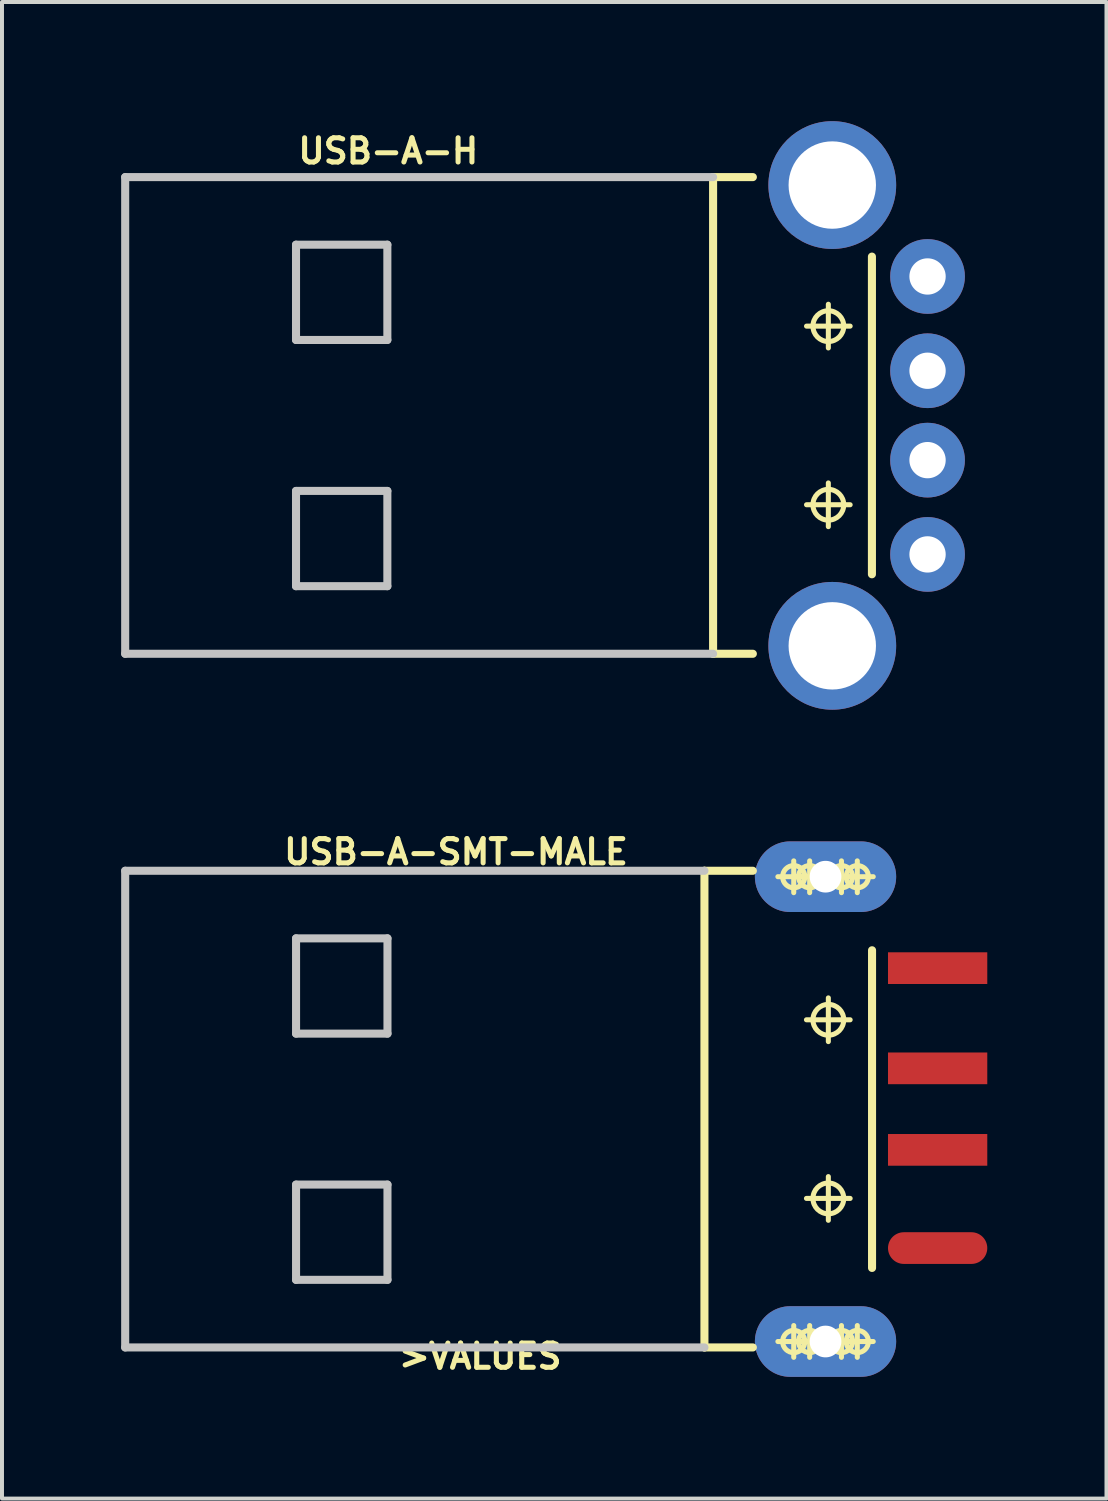
<source format=kicad_pcb>
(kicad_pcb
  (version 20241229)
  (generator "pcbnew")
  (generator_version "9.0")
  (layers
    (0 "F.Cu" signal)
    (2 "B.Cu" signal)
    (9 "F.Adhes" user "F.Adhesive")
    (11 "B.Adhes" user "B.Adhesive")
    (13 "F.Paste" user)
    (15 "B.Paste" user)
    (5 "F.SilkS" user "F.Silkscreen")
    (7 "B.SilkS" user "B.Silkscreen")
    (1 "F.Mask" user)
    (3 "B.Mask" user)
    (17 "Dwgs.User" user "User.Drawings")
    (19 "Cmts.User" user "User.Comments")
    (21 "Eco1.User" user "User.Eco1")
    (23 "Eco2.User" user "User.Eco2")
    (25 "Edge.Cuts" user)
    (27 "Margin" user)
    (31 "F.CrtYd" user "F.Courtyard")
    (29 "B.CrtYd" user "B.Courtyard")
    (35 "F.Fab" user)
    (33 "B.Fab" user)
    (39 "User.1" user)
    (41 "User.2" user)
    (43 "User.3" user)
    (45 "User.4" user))
  (footprint "USB-A-SMT-MALE"
    (layer "F.Cu")
    (at 9.601 24.867)
    (property "Reference" "USB-A-SMT-MALE" (at -1.173 -6.474 0) (layer "F.SilkS") (effects (font (size 0.61 0.61) (thickness 0.127))))
    (attr smd)
    (fp_line (start 5.08 -5.999) (end 5.08 5.999) (stroke (width 0.203) (type solid)) (layer "F.SilkS"))
    (fp_line (start 5.08 -5.999) (end 6.299 -5.999) (stroke (width 0.203) (type solid)) (layer "F.SilkS"))
    (fp_line (start 5.08 5.999) (end 6.299 5.999) (stroke (width 0.203) (type solid)) (layer "F.SilkS"))
    (fp_line (start 6.929 -5.85) (end 7.729 -5.85) (stroke (width 0.127) (type solid)) (layer "F.SilkS"))
    (fp_line (start 6.929 5.85) (end 7.729 5.85) (stroke (width 0.127) (type solid)) (layer "F.SilkS"))
    (fp_line (start 7.328 -5.85) (end 8.128 -5.85) (stroke (width 0.127) (type solid)) (layer "F.SilkS"))
    (fp_line (start 7.328 -5.448) (end 7.328 -6.248) (stroke (width 0.127) (type solid)) (layer "F.SilkS"))
    (fp_line (start 7.328 5.85) (end 8.128 5.85) (stroke (width 0.127) (type solid)) (layer "F.SilkS"))
    (fp_line (start 7.328 6.248) (end 7.328 5.448) (stroke (width 0.127) (type solid)) (layer "F.SilkS"))
    (fp_line (start 7.648 -2.248) (end 8.748 -2.248) (stroke (width 0.127) (type solid)) (layer "F.SilkS"))
    (fp_line (start 7.648 2.248) (end 8.748 2.248) (stroke (width 0.127) (type solid)) (layer "F.SilkS"))
    (fp_line (start 7.729 -5.448) (end 7.729 -6.248) (stroke (width 0.127) (type solid)) (layer "F.SilkS"))
    (fp_line (start 7.729 6.248) (end 7.729 5.448) (stroke (width 0.127) (type solid)) (layer "F.SilkS"))
    (fp_line (start 8.128 -5.85) (end 8.928 -5.85) (stroke (width 0.127) (type solid)) (layer "F.SilkS"))
    (fp_line (start 8.128 5.85) (end 8.928 5.85) (stroke (width 0.127) (type solid)) (layer "F.SilkS"))
    (fp_line (start 8.199 -1.699) (end 8.199 -2.799) (stroke (width 0.127) (type solid)) (layer "F.SilkS"))
    (fp_line (start 8.199 2.799) (end 8.199 1.699) (stroke (width 0.127) (type solid)) (layer "F.SilkS"))
    (fp_line (start 8.529 -5.85) (end 9.329 -5.85) (stroke (width 0.127) (type solid)) (layer "F.SilkS"))
    (fp_line (start 8.529 -5.448) (end 8.529 -6.248) (stroke (width 0.127) (type solid)) (layer "F.SilkS"))
    (fp_line (start 8.529 5.85) (end 9.329 5.85) (stroke (width 0.127) (type solid)) (layer "F.SilkS"))
    (fp_line (start 8.529 6.248) (end 8.529 5.448) (stroke (width 0.127) (type solid)) (layer "F.SilkS"))
    (fp_line (start 8.928 -5.448) (end 8.928 -6.248) (stroke (width 0.127) (type solid)) (layer "F.SilkS"))
    (fp_line (start 8.928 6.248) (end 8.928 5.448) (stroke (width 0.127) (type solid)) (layer "F.SilkS"))
    (fp_line (start 9.299 3.998) (end 9.299 -3.998) (stroke (width 0.203) (type solid)) (layer "F.SilkS"))
    (fp_circle (center 7.328 -5.85) (end 7.526 -6.048) (stroke (width 0.127) (type solid)) (fill no) (layer "F.SilkS"))
    (fp_circle (center 7.328 5.85) (end 7.526 6.048) (stroke (width 0.127) (type solid)) (fill no) (layer "F.SilkS"))
    (fp_circle (center 7.729 -5.85) (end 7.927 -6.048) (stroke (width 0.127) (type solid)) (fill no) (layer "F.SilkS"))
    (fp_circle (center 7.729 5.85) (end 7.927 6.048) (stroke (width 0.127) (type solid)) (fill no) (layer "F.SilkS"))
    (fp_circle (center 8.199 -2.248) (end 8.473 -2.522) (stroke (width 0.127) (type solid)) (fill no) (layer "F.SilkS"))
    (fp_circle (center 8.199 2.248) (end 8.473 2.522) (stroke (width 0.127) (type solid)) (fill no) (layer "F.SilkS"))
    (fp_circle (center 8.529 -5.85) (end 8.727 -6.048) (stroke (width 0.127) (type solid)) (fill no) (layer "F.SilkS"))
    (fp_circle (center 8.529 5.85) (end 8.727 6.048) (stroke (width 0.127) (type solid)) (fill no) (layer "F.SilkS"))
    (fp_circle (center 8.928 -5.85) (end 9.126 -6.048) (stroke (width 0.127) (type solid)) (fill no) (layer "F.SilkS"))
    (fp_circle (center 8.928 5.85) (end 9.126 6.048) (stroke (width 0.127) (type solid)) (fill no) (layer "F.SilkS"))
    (fp_line (start -9.5 -5.999) (end -9.5 5.999) (stroke (width 0.203) (type solid)) (layer "Dwgs.User"))
    (fp_line (start -5.199 -4.298) (end -5.199 -1.9) (stroke (width 0.203) (type solid)) (layer "Dwgs.User"))
    (fp_line (start -5.199 -1.9) (end -2.898 -1.9) (stroke (width 0.203) (type solid)) (layer "Dwgs.User"))
    (fp_line (start -5.199 1.9) (end -5.199 4.298) (stroke (width 0.203) (type solid)) (layer "Dwgs.User"))
    (fp_line (start -5.199 4.298) (end -2.898 4.298) (stroke (width 0.203) (type solid)) (layer "Dwgs.User"))
    (fp_line (start -2.898 -4.298) (end -5.199 -4.298) (stroke (width 0.203) (type solid)) (layer "Dwgs.User"))
    (fp_line (start -2.898 -1.9) (end -2.898 -4.298) (stroke (width 0.203) (type solid)) (layer "Dwgs.User"))
    (fp_line (start -2.898 1.9) (end -5.199 1.9) (stroke (width 0.203) (type solid)) (layer "Dwgs.User"))
    (fp_line (start -2.898 4.298) (end -2.898 1.9) (stroke (width 0.203) (type solid)) (layer "Dwgs.User"))
    (fp_line (start 5.08 -5.999) (end -9.5 -5.999) (stroke (width 0.203) (type solid)) (layer "Dwgs.User"))
    (fp_line (start 5.08 5.999) (end -9.5 5.999) (stroke (width 0.203) (type solid)) (layer "Dwgs.User"))
    (fp_text user ">VALUES" (at -0.564 6.223 0) (layer "F.SilkS") (effects (font (size 0.61 0.61) (thickness 0.127))))
    (pad "D+1" smd rect (at 10.95 -1.026) (size 2.499 0.798) (layers "F.Cu" "F.Mask" "F.Paste"))
    (pad "D-1" smd rect (at 10.95 1.026) (size 2.499 0.798) (layers "F.Cu" "F.Mask" "F.Paste"))
    (pad "GND1" smd rect (at 10.95 -3.548) (size 2.499 0.798) (layers "F.Cu" "F.Mask" "F.Paste"))
    (pad "SHLD" thru_hole oval (at 8.128 -5.85 270) (size 1.778 3.556) (drill 0.798) (layers "*.Cu" "*.Paste" "*.Mask"))
    (pad "SHLD" thru_hole oval (at 8.128 5.85 270) (size 1.778 3.556) (drill 0.798) (layers "*.Cu" "*.Paste" "*.Mask"))
    (pad "VBUS" smd oval (at 10.95 3.498) (size 2.499 0.798) (layers "F.Cu" "F.Mask" "F.Paste")))
  (footprint "USB-A-H"
    (layer "F.Cu")
    (at 17.899 7.407)
    (property "Reference" "USB-A-H" (at -11.176 -6.655 0) (layer "F.SilkS") (effects (font (size 0.61 0.61) (thickness 0.127))))
    (attr exclude_from_pos_files exclude_from_bom)
    (fp_line (start -3 -5.999) (end -3 5.999) (stroke (width 0.203) (type solid)) (layer "F.SilkS"))
    (fp_line (start -3 -5.999) (end -1.999 -5.999) (stroke (width 0.203) (type solid)) (layer "F.SilkS"))
    (fp_line (start -3 5.999) (end -1.999 5.999) (stroke (width 0.203) (type solid)) (layer "F.SilkS"))
    (fp_line (start -0.648 -2.248) (end 0.45 -2.248) (stroke (width 0.127) (type solid)) (layer "F.SilkS"))
    (fp_line (start -0.648 2.248) (end 0.45 2.248) (stroke (width 0.127) (type solid)) (layer "F.SilkS"))
    (fp_line (start -0.099 -1.699) (end -0.099 -2.799) (stroke (width 0.127) (type solid)) (layer "F.SilkS"))
    (fp_line (start -0.099 2.799) (end -0.099 1.699) (stroke (width 0.127) (type solid)) (layer "F.SilkS"))
    (fp_line (start 0.998 3.998) (end 0.998 -3.998) (stroke (width 0.203) (type solid)) (layer "F.SilkS"))
    (fp_circle (center -0.099 -2.248) (end -0.373 -2.522) (stroke (width 0.127) (type solid)) (fill no) (layer "F.SilkS"))
    (fp_circle (center -0.099 2.248) (end -0.373 2.522) (stroke (width 0.127) (type solid)) (fill no) (layer "F.SilkS"))
    (fp_line (start -17.798 -5.999) (end -17.798 5.999) (stroke (width 0.203) (type solid)) (layer "Dwgs.User"))
    (fp_line (start -13.498 -4.298) (end -13.498 -1.9) (stroke (width 0.203) (type solid)) (layer "Dwgs.User"))
    (fp_line (start -13.498 -1.9) (end -11.199 -1.9) (stroke (width 0.203) (type solid)) (layer "Dwgs.User"))
    (fp_line (start -13.498 1.9) (end -13.498 4.298) (stroke (width 0.203) (type solid)) (layer "Dwgs.User"))
    (fp_line (start -13.498 4.298) (end -11.199 4.298) (stroke (width 0.203) (type solid)) (layer "Dwgs.User"))
    (fp_line (start -11.199 -4.298) (end -13.498 -4.298) (stroke (width 0.203) (type solid)) (layer "Dwgs.User"))
    (fp_line (start -11.199 -1.9) (end -11.199 -4.298) (stroke (width 0.203) (type solid)) (layer "Dwgs.User"))
    (fp_line (start -11.199 1.9) (end -13.498 1.9) (stroke (width 0.203) (type solid)) (layer "Dwgs.User"))
    (fp_line (start -11.199 4.298) (end -11.199 1.9) (stroke (width 0.203) (type solid)) (layer "Dwgs.User"))
    (fp_line (start -3 -5.999) (end -17.798 -5.999) (stroke (width 0.203) (type solid)) (layer "Dwgs.User"))
    (fp_line (start -3 5.999) (end -17.798 5.999) (stroke (width 0.203) (type solid)) (layer "Dwgs.User"))
    (pad "D+" thru_hole circle (at 2.398 -1.125) (size 1.88 1.88) (drill 0.914) (layers "*.Cu" "*.Paste" "*.Mask"))
    (pad "D-" thru_hole circle (at 2.398 1.125) (size 1.88 1.88) (drill 0.914) (layers "*.Cu" "*.Paste" "*.Mask"))
    (pad "GND" thru_hole circle (at 2.398 -3.498) (size 1.88 1.88) (drill 0.914) (layers "*.Cu" "*.Paste" "*.Mask"))
    (pad "SHLD" thru_hole circle (at 0 -5.799) (size 3.216 3.216) (drill 2.2) (layers "*.Cu" "*.Paste" "*.Mask"))
    (pad "SHLD" thru_hole circle (at 0 5.799) (size 3.216 3.216) (drill 2.2) (layers "*.Cu" "*.Paste" "*.Mask"))
    (pad "VBUS" thru_hole circle (at 2.398 3.498) (size 1.88 1.88) (drill 0.914) (layers "*.Cu" "*.Paste" "*.Mask")))
  (gr_rect
    (start -3 -3)
    (end 24.801 34.67)
    (stroke (width 0.1) (type default))
    (fill no)
    (layer "Edge.Cuts")))
</source>
